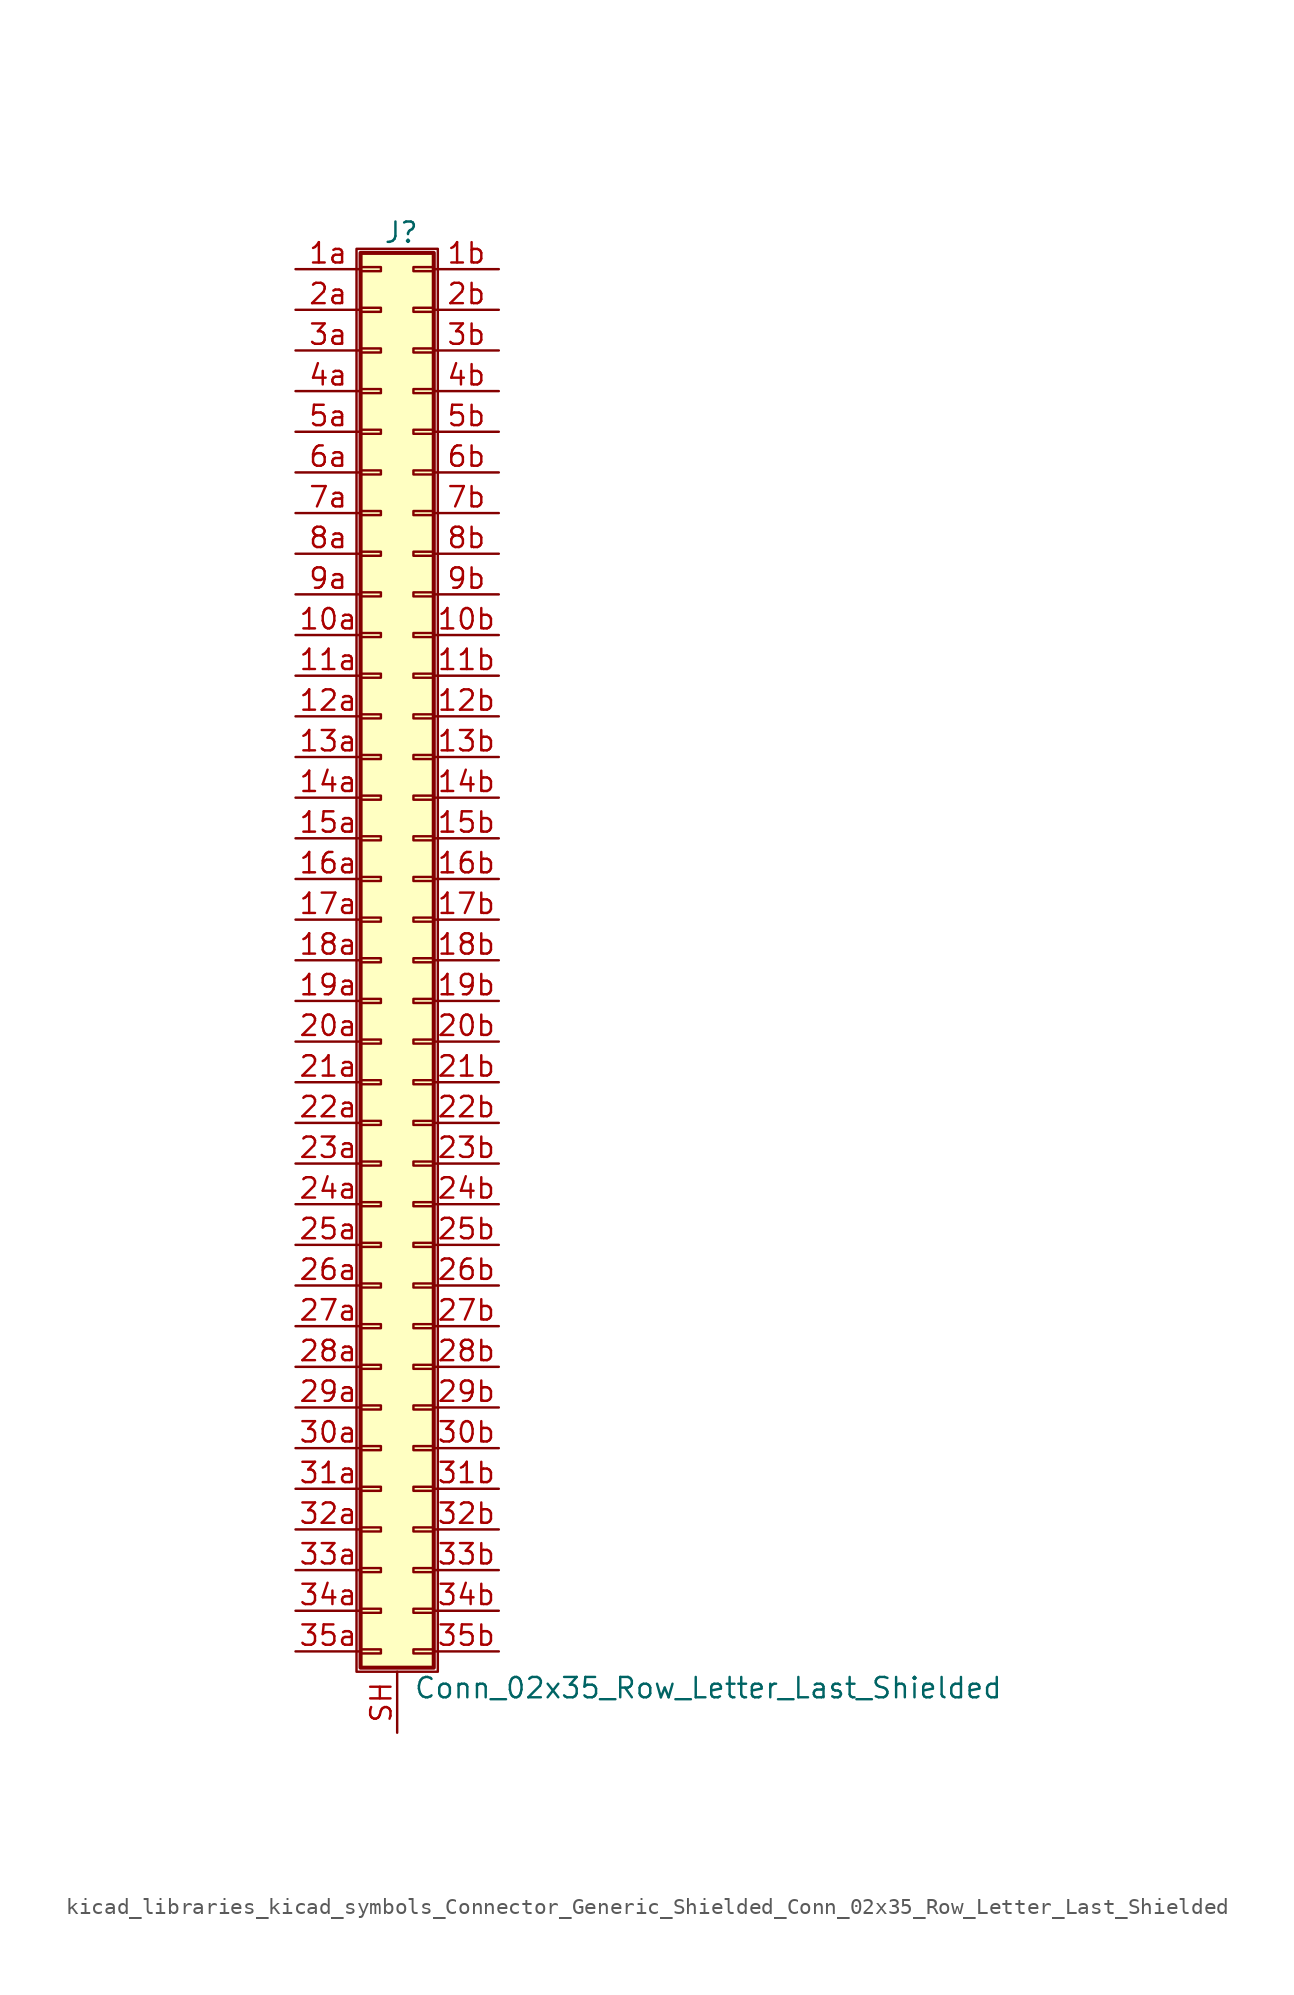
<source format=kicad_sym>
(kicad_symbol_lib
  (version 20220914)
  (generator kicad_symbol_editor)
  (symbol "kicad_libraries_kicad_symbols_Connector_Generic_Shielded_Conn_02x35_Row_Letter_Last_Shielded"
    (pin_names
      (offset 1.016) hide)
    (property "Reference" "J"
      (at 1.524 45.466 0)
      (effects (font (size 1.27 1.27))))
    (property "Value" "Conn_02x35_Row_Letter_Last_Shielded"
      (at 2.286 -45.466 0)
      (effects (font (size 1.27 1.27)) (justify left)))
    (symbol "kicad_libraries_kicad_symbols_Connector_Generic_Shielded_Conn_02x35_Row_Letter_Last_Shielded_1_1"
      (rectangle (start -1.27 44.45) (end 3.81 -44.45) (stroke (width 0.152) (type default)) (fill (type none)))
      (rectangle (start -1.016 -43.053) (end 0.254 -43.307) (stroke (width 0.152) (type default)) (fill (type none)))
      (rectangle (start -1.016 -40.513) (end 0.254 -40.767) (stroke (width 0.152) (type default)) (fill (type none)))
      (rectangle (start -1.016 -37.973) (end 0.254 -38.227) (stroke (width 0.152) (type default)) (fill (type none)))
      (rectangle (start -1.016 -35.433) (end 0.254 -35.687) (stroke (width 0.152) (type default)) (fill (type none)))
      (rectangle (start -1.016 -32.893) (end 0.254 -33.147) (stroke (width 0.152) (type default)) (fill (type none)))
      (rectangle (start -1.016 -30.353) (end 0.254 -30.607) (stroke (width 0.152) (type default)) (fill (type none)))
      (rectangle (start -1.016 -27.813) (end 0.254 -28.067) (stroke (width 0.152) (type default)) (fill (type none)))
      (rectangle (start -1.016 -25.273) (end 0.254 -25.527) (stroke (width 0.152) (type default)) (fill (type none)))
      (rectangle (start -1.016 -22.733) (end 0.254 -22.987) (stroke (width 0.152) (type default)) (fill (type none)))
      (rectangle (start -1.016 -20.193) (end 0.254 -20.447) (stroke (width 0.152) (type default)) (fill (type none)))
      (rectangle (start -1.016 -17.653) (end 0.254 -17.907) (stroke (width 0.152) (type default)) (fill (type none)))
      (rectangle (start -1.016 -15.113) (end 0.254 -15.367) (stroke (width 0.152) (type default)) (fill (type none)))
      (rectangle (start -1.016 -12.573) (end 0.254 -12.827) (stroke (width 0.152) (type default)) (fill (type none)))
      (rectangle (start -1.016 -10.033) (end 0.254 -10.287) (stroke (width 0.152) (type default)) (fill (type none)))
      (rectangle (start -1.016 -7.493) (end 0.254 -7.747) (stroke (width 0.152) (type default)) (fill (type none)))
      (rectangle (start -1.016 -4.953) (end 0.254 -5.207) (stroke (width 0.152) (type default)) (fill (type none)))
      (rectangle (start -1.016 -2.413) (end 0.254 -2.667) (stroke (width 0.152) (type default)) (fill (type none)))
      (rectangle (start -1.016 0.127) (end 0.254 -0.127) (stroke (width 0.152) (type default)) (fill (type none)))
      (rectangle (start -1.016 2.667) (end 0.254 2.413) (stroke (width 0.152) (type default)) (fill (type none)))
      (rectangle (start -1.016 5.207) (end 0.254 4.953) (stroke (width 0.152) (type default)) (fill (type none)))
      (rectangle (start -1.016 7.747) (end 0.254 7.493) (stroke (width 0.152) (type default)) (fill (type none)))
      (rectangle (start -1.016 10.287) (end 0.254 10.033) (stroke (width 0.152) (type default)) (fill (type none)))
      (rectangle (start -1.016 12.827) (end 0.254 12.573) (stroke (width 0.152) (type default)) (fill (type none)))
      (rectangle (start -1.016 15.367) (end 0.254 15.113) (stroke (width 0.152) (type default)) (fill (type none)))
      (rectangle (start -1.016 17.907) (end 0.254 17.653) (stroke (width 0.152) (type default)) (fill (type none)))
      (rectangle (start -1.016 20.447) (end 0.254 20.193) (stroke (width 0.152) (type default)) (fill (type none)))
      (rectangle (start -1.016 22.987) (end 0.254 22.733) (stroke (width 0.152) (type default)) (fill (type none)))
      (rectangle (start -1.016 25.527) (end 0.254 25.273) (stroke (width 0.152) (type default)) (fill (type none)))
      (rectangle (start -1.016 28.067) (end 0.254 27.813) (stroke (width 0.152) (type default)) (fill (type none)))
      (rectangle (start -1.016 30.607) (end 0.254 30.353) (stroke (width 0.152) (type default)) (fill (type none)))
      (rectangle (start -1.016 33.147) (end 0.254 32.893) (stroke (width 0.152) (type default)) (fill (type none)))
      (rectangle (start -1.016 35.687) (end 0.254 35.433) (stroke (width 0.152) (type default)) (fill (type none)))
      (rectangle (start -1.016 38.227) (end 0.254 37.973) (stroke (width 0.152) (type default)) (fill (type none)))
      (rectangle (start -1.016 40.767) (end 0.254 40.513) (stroke (width 0.152) (type default)) (fill (type none)))
      (rectangle (start -1.016 43.307) (end 0.254 43.053) (stroke (width 0.152) (type default)) (fill (type none)))
      (rectangle (start -1.016 44.196) (end 3.556 -44.196) (stroke (width 0.254) (type default)) (fill (type background)))
      (rectangle (start 3.556 -43.053) (end 2.286 -43.307) (stroke (width 0.152) (type default)) (fill (type none)))
      (rectangle (start 3.556 -40.513) (end 2.286 -40.767) (stroke (width 0.152) (type default)) (fill (type none)))
      (rectangle (start 3.556 -37.973) (end 2.286 -38.227) (stroke (width 0.152) (type default)) (fill (type none)))
      (rectangle (start 3.556 -35.433) (end 2.286 -35.687) (stroke (width 0.152) (type default)) (fill (type none)))
      (rectangle (start 3.556 -32.893) (end 2.286 -33.147) (stroke (width 0.152) (type default)) (fill (type none)))
      (rectangle (start 3.556 -30.353) (end 2.286 -30.607) (stroke (width 0.152) (type default)) (fill (type none)))
      (rectangle (start 3.556 -27.813) (end 2.286 -28.067) (stroke (width 0.152) (type default)) (fill (type none)))
      (rectangle (start 3.556 -25.273) (end 2.286 -25.527) (stroke (width 0.152) (type default)) (fill (type none)))
      (rectangle (start 3.556 -22.733) (end 2.286 -22.987) (stroke (width 0.152) (type default)) (fill (type none)))
      (rectangle (start 3.556 -20.193) (end 2.286 -20.447) (stroke (width 0.152) (type default)) (fill (type none)))
      (rectangle (start 3.556 -17.653) (end 2.286 -17.907) (stroke (width 0.152) (type default)) (fill (type none)))
      (rectangle (start 3.556 -15.113) (end 2.286 -15.367) (stroke (width 0.152) (type default)) (fill (type none)))
      (rectangle (start 3.556 -12.573) (end 2.286 -12.827) (stroke (width 0.152) (type default)) (fill (type none)))
      (rectangle (start 3.556 -10.033) (end 2.286 -10.287) (stroke (width 0.152) (type default)) (fill (type none)))
      (rectangle (start 3.556 -7.493) (end 2.286 -7.747) (stroke (width 0.152) (type default)) (fill (type none)))
      (rectangle (start 3.556 -4.953) (end 2.286 -5.207) (stroke (width 0.152) (type default)) (fill (type none)))
      (rectangle (start 3.556 -2.413) (end 2.286 -2.667) (stroke (width 0.152) (type default)) (fill (type none)))
      (rectangle (start 3.556 0.127) (end 2.286 -0.127) (stroke (width 0.152) (type default)) (fill (type none)))
      (rectangle (start 3.556 2.667) (end 2.286 2.413) (stroke (width 0.152) (type default)) (fill (type none)))
      (rectangle (start 3.556 5.207) (end 2.286 4.953) (stroke (width 0.152) (type default)) (fill (type none)))
      (rectangle (start 3.556 7.747) (end 2.286 7.493) (stroke (width 0.152) (type default)) (fill (type none)))
      (rectangle (start 3.556 10.287) (end 2.286 10.033) (stroke (width 0.152) (type default)) (fill (type none)))
      (rectangle (start 3.556 12.827) (end 2.286 12.573) (stroke (width 0.152) (type default)) (fill (type none)))
      (rectangle (start 3.556 15.367) (end 2.286 15.113) (stroke (width 0.152) (type default)) (fill (type none)))
      (rectangle (start 3.556 17.907) (end 2.286 17.653) (stroke (width 0.152) (type default)) (fill (type none)))
      (rectangle (start 3.556 20.447) (end 2.286 20.193) (stroke (width 0.152) (type default)) (fill (type none)))
      (rectangle (start 3.556 22.987) (end 2.286 22.733) (stroke (width 0.152) (type default)) (fill (type none)))
      (rectangle (start 3.556 25.527) (end 2.286 25.273) (stroke (width 0.152) (type default)) (fill (type none)))
      (rectangle (start 3.556 28.067) (end 2.286 27.813) (stroke (width 0.152) (type default)) (fill (type none)))
      (rectangle (start 3.556 30.607) (end 2.286 30.353) (stroke (width 0.152) (type default)) (fill (type none)))
      (rectangle (start 3.556 33.147) (end 2.286 32.893) (stroke (width 0.152) (type default)) (fill (type none)))
      (rectangle (start 3.556 35.687) (end 2.286 35.433) (stroke (width 0.152) (type default)) (fill (type none)))
      (rectangle (start 3.556 38.227) (end 2.286 37.973) (stroke (width 0.152) (type default)) (fill (type none)))
      (rectangle (start 3.556 40.767) (end 2.286 40.513) (stroke (width 0.152) (type default)) (fill (type none)))
      (rectangle (start 3.556 43.307) (end 2.286 43.053) (stroke (width 0.152) (type default)) (fill (type none)))
      (pin passive line (at -5.08 20.32 0) (length 4.064) (name "Pin_10a" (effects (font (size 1.27 1.27)))) (number "10a" (effects (font (size 1.27 1.27)))))
      (pin passive line (at 7.62 20.32 180) (length 4.064) (name "Pin_10b" (effects (font (size 1.27 1.27)))) (number "10b" (effects (font (size 1.27 1.27)))))
      (pin passive line (at -5.08 17.78 0) (length 4.064) (name "Pin_11a" (effects (font (size 1.27 1.27)))) (number "11a" (effects (font (size 1.27 1.27)))))
      (pin passive line (at 7.62 17.78 180) (length 4.064) (name "Pin_11b" (effects (font (size 1.27 1.27)))) (number "11b" (effects (font (size 1.27 1.27)))))
      (pin passive line (at -5.08 15.24 0) (length 4.064) (name "Pin_12a" (effects (font (size 1.27 1.27)))) (number "12a" (effects (font (size 1.27 1.27)))))
      (pin passive line (at 7.62 15.24 180) (length 4.064) (name "Pin_12b" (effects (font (size 1.27 1.27)))) (number "12b" (effects (font (size 1.27 1.27)))))
      (pin passive line (at -5.08 12.7 0) (length 4.064) (name "Pin_13a" (effects (font (size 1.27 1.27)))) (number "13a" (effects (font (size 1.27 1.27)))))
      (pin passive line (at 7.62 12.7 180) (length 4.064) (name "Pin_13b" (effects (font (size 1.27 1.27)))) (number "13b" (effects (font (size 1.27 1.27)))))
      (pin passive line (at -5.08 10.16 0) (length 4.064) (name "Pin_14a" (effects (font (size 1.27 1.27)))) (number "14a" (effects (font (size 1.27 1.27)))))
      (pin passive line (at 7.62 10.16 180) (length 4.064) (name "Pin_14b" (effects (font (size 1.27 1.27)))) (number "14b" (effects (font (size 1.27 1.27)))))
      (pin passive line (at -5.08 7.62 0) (length 4.064) (name "Pin_15a" (effects (font (size 1.27 1.27)))) (number "15a" (effects (font (size 1.27 1.27)))))
      (pin passive line (at 7.62 7.62 180) (length 4.064) (name "Pin_15b" (effects (font (size 1.27 1.27)))) (number "15b" (effects (font (size 1.27 1.27)))))
      (pin passive line (at -5.08 5.08 0) (length 4.064) (name "Pin_16a" (effects (font (size 1.27 1.27)))) (number "16a" (effects (font (size 1.27 1.27)))))
      (pin passive line (at 7.62 5.08 180) (length 4.064) (name "Pin_16b" (effects (font (size 1.27 1.27)))) (number "16b" (effects (font (size 1.27 1.27)))))
      (pin passive line (at -5.08 2.54 0) (length 4.064) (name "Pin_17a" (effects (font (size 1.27 1.27)))) (number "17a" (effects (font (size 1.27 1.27)))))
      (pin passive line (at 7.62 2.54 180) (length 4.064) (name "Pin_17b" (effects (font (size 1.27 1.27)))) (number "17b" (effects (font (size 1.27 1.27)))))
      (pin passive line (at -5.08 0 0) (length 4.064) (name "Pin_18a" (effects (font (size 1.27 1.27)))) (number "18a" (effects (font (size 1.27 1.27)))))
      (pin passive line (at 7.62 0 180) (length 4.064) (name "Pin_18b" (effects (font (size 1.27 1.27)))) (number "18b" (effects (font (size 1.27 1.27)))))
      (pin passive line (at -5.08 -2.54 0) (length 4.064) (name "Pin_19a" (effects (font (size 1.27 1.27)))) (number "19a" (effects (font (size 1.27 1.27)))))
      (pin passive line (at 7.62 -2.54 180) (length 4.064) (name "Pin_19b" (effects (font (size 1.27 1.27)))) (number "19b" (effects (font (size 1.27 1.27)))))
      (pin passive line (at -5.08 43.18 0) (length 4.064) (name "Pin_1a" (effects (font (size 1.27 1.27)))) (number "1a" (effects (font (size 1.27 1.27)))))
      (pin passive line (at 7.62 43.18 180) (length 4.064) (name "Pin_1b" (effects (font (size 1.27 1.27)))) (number "1b" (effects (font (size 1.27 1.27)))))
      (pin passive line (at -5.08 -5.08 0) (length 4.064) (name "Pin_20a" (effects (font (size 1.27 1.27)))) (number "20a" (effects (font (size 1.27 1.27)))))
      (pin passive line (at 7.62 -5.08 180) (length 4.064) (name "Pin_20b" (effects (font (size 1.27 1.27)))) (number "20b" (effects (font (size 1.27 1.27)))))
      (pin passive line (at -5.08 -7.62 0) (length 4.064) (name "Pin_21a" (effects (font (size 1.27 1.27)))) (number "21a" (effects (font (size 1.27 1.27)))))
      (pin passive line (at 7.62 -7.62 180) (length 4.064) (name "Pin_21b" (effects (font (size 1.27 1.27)))) (number "21b" (effects (font (size 1.27 1.27)))))
      (pin passive line (at -5.08 -10.16 0) (length 4.064) (name "Pin_22a" (effects (font (size 1.27 1.27)))) (number "22a" (effects (font (size 1.27 1.27)))))
      (pin passive line (at 7.62 -10.16 180) (length 4.064) (name "Pin_22b" (effects (font (size 1.27 1.27)))) (number "22b" (effects (font (size 1.27 1.27)))))
      (pin passive line (at -5.08 -12.7 0) (length 4.064) (name "Pin_23a" (effects (font (size 1.27 1.27)))) (number "23a" (effects (font (size 1.27 1.27)))))
      (pin passive line (at 7.62 -12.7 180) (length 4.064) (name "Pin_23b" (effects (font (size 1.27 1.27)))) (number "23b" (effects (font (size 1.27 1.27)))))
      (pin passive line (at -5.08 -15.24 0) (length 4.064) (name "Pin_24a" (effects (font (size 1.27 1.27)))) (number "24a" (effects (font (size 1.27 1.27)))))
      (pin passive line (at 7.62 -15.24 180) (length 4.064) (name "Pin_24b" (effects (font (size 1.27 1.27)))) (number "24b" (effects (font (size 1.27 1.27)))))
      (pin passive line (at -5.08 -17.78 0) (length 4.064) (name "Pin_25a" (effects (font (size 1.27 1.27)))) (number "25a" (effects (font (size 1.27 1.27)))))
      (pin passive line (at 7.62 -17.78 180) (length 4.064) (name "Pin_25b" (effects (font (size 1.27 1.27)))) (number "25b" (effects (font (size 1.27 1.27)))))
      (pin passive line (at -5.08 -20.32 0) (length 4.064) (name "Pin_26a" (effects (font (size 1.27 1.27)))) (number "26a" (effects (font (size 1.27 1.27)))))
      (pin passive line (at 7.62 -20.32 180) (length 4.064) (name "Pin_26b" (effects (font (size 1.27 1.27)))) (number "26b" (effects (font (size 1.27 1.27)))))
      (pin passive line (at -5.08 -22.86 0) (length 4.064) (name "Pin_27a" (effects (font (size 1.27 1.27)))) (number "27a" (effects (font (size 1.27 1.27)))))
      (pin passive line (at 7.62 -22.86 180) (length 4.064) (name "Pin_27b" (effects (font (size 1.27 1.27)))) (number "27b" (effects (font (size 1.27 1.27)))))
      (pin passive line (at -5.08 -25.4 0) (length 4.064) (name "Pin_28a" (effects (font (size 1.27 1.27)))) (number "28a" (effects (font (size 1.27 1.27)))))
      (pin passive line (at 7.62 -25.4 180) (length 4.064) (name "Pin_28b" (effects (font (size 1.27 1.27)))) (number "28b" (effects (font (size 1.27 1.27)))))
      (pin passive line (at -5.08 -27.94 0) (length 4.064) (name "Pin_29a" (effects (font (size 1.27 1.27)))) (number "29a" (effects (font (size 1.27 1.27)))))
      (pin passive line (at 7.62 -27.94 180) (length 4.064) (name "Pin_29b" (effects (font (size 1.27 1.27)))) (number "29b" (effects (font (size 1.27 1.27)))))
      (pin passive line (at -5.08 40.64 0) (length 4.064) (name "Pin_2a" (effects (font (size 1.27 1.27)))) (number "2a" (effects (font (size 1.27 1.27)))))
      (pin passive line (at 7.62 40.64 180) (length 4.064) (name "Pin_2b" (effects (font (size 1.27 1.27)))) (number "2b" (effects (font (size 1.27 1.27)))))
      (pin passive line (at -5.08 -30.48 0) (length 4.064) (name "Pin_30a" (effects (font (size 1.27 1.27)))) (number "30a" (effects (font (size 1.27 1.27)))))
      (pin passive line (at 7.62 -30.48 180) (length 4.064) (name "Pin_30b" (effects (font (size 1.27 1.27)))) (number "30b" (effects (font (size 1.27 1.27)))))
      (pin passive line (at -5.08 -33.02 0) (length 4.064) (name "Pin_31a" (effects (font (size 1.27 1.27)))) (number "31a" (effects (font (size 1.27 1.27)))))
      (pin passive line (at 7.62 -33.02 180) (length 4.064) (name "Pin_31b" (effects (font (size 1.27 1.27)))) (number "31b" (effects (font (size 1.27 1.27)))))
      (pin passive line (at -5.08 -35.56 0) (length 4.064) (name "Pin_32a" (effects (font (size 1.27 1.27)))) (number "32a" (effects (font (size 1.27 1.27)))))
      (pin passive line (at 7.62 -35.56 180) (length 4.064) (name "Pin_32b" (effects (font (size 1.27 1.27)))) (number "32b" (effects (font (size 1.27 1.27)))))
      (pin passive line (at -5.08 -38.1 0) (length 4.064) (name "Pin_33a" (effects (font (size 1.27 1.27)))) (number "33a" (effects (font (size 1.27 1.27)))))
      (pin passive line (at 7.62 -38.1 180) (length 4.064) (name "Pin_33b" (effects (font (size 1.27 1.27)))) (number "33b" (effects (font (size 1.27 1.27)))))
      (pin passive line (at -5.08 -40.64 0) (length 4.064) (name "Pin_34a" (effects (font (size 1.27 1.27)))) (number "34a" (effects (font (size 1.27 1.27)))))
      (pin passive line (at 7.62 -40.64 180) (length 4.064) (name "Pin_34b" (effects (font (size 1.27 1.27)))) (number "34b" (effects (font (size 1.27 1.27)))))
      (pin passive line (at -5.08 -43.18 0) (length 4.064) (name "Pin_35a" (effects (font (size 1.27 1.27)))) (number "35a" (effects (font (size 1.27 1.27)))))
      (pin passive line (at 7.62 -43.18 180) (length 4.064) (name "Pin_35b" (effects (font (size 1.27 1.27)))) (number "35b" (effects (font (size 1.27 1.27)))))
      (pin passive line (at -5.08 38.1 0) (length 4.064) (name "Pin_3a" (effects (font (size 1.27 1.27)))) (number "3a" (effects (font (size 1.27 1.27)))))
      (pin passive line (at 7.62 38.1 180) (length 4.064) (name "Pin_3b" (effects (font (size 1.27 1.27)))) (number "3b" (effects (font (size 1.27 1.27)))))
      (pin passive line (at -5.08 35.56 0) (length 4.064) (name "Pin_4a" (effects (font (size 1.27 1.27)))) (number "4a" (effects (font (size 1.27 1.27)))))
      (pin passive line (at 7.62 35.56 180) (length 4.064) (name "Pin_4b" (effects (font (size 1.27 1.27)))) (number "4b" (effects (font (size 1.27 1.27)))))
      (pin passive line (at -5.08 33.02 0) (length 4.064) (name "Pin_5a" (effects (font (size 1.27 1.27)))) (number "5a" (effects (font (size 1.27 1.27)))))
      (pin passive line (at 7.62 33.02 180) (length 4.064) (name "Pin_5b" (effects (font (size 1.27 1.27)))) (number "5b" (effects (font (size 1.27 1.27)))))
      (pin passive line (at -5.08 30.48 0) (length 4.064) (name "Pin_6a" (effects (font (size 1.27 1.27)))) (number "6a" (effects (font (size 1.27 1.27)))))
      (pin passive line (at 7.62 30.48 180) (length 4.064) (name "Pin_6b" (effects (font (size 1.27 1.27)))) (number "6b" (effects (font (size 1.27 1.27)))))
      (pin passive line (at -5.08 27.94 0) (length 4.064) (name "Pin_7a" (effects (font (size 1.27 1.27)))) (number "7a" (effects (font (size 1.27 1.27)))))
      (pin passive line (at 7.62 27.94 180) (length 4.064) (name "Pin_7b" (effects (font (size 1.27 1.27)))) (number "7b" (effects (font (size 1.27 1.27)))))
      (pin passive line (at -5.08 25.4 0) (length 4.064) (name "Pin_8a" (effects (font (size 1.27 1.27)))) (number "8a" (effects (font (size 1.27 1.27)))))
      (pin passive line (at 7.62 25.4 180) (length 4.064) (name "Pin_8b" (effects (font (size 1.27 1.27)))) (number "8b" (effects (font (size 1.27 1.27)))))
      (pin passive line (at -5.08 22.86 0) (length 4.064) (name "Pin_9a" (effects (font (size 1.27 1.27)))) (number "9a" (effects (font (size 1.27 1.27)))))
      (pin passive line (at 7.62 22.86 180) (length 4.064) (name "Pin_9b" (effects (font (size 1.27 1.27)))) (number "9b" (effects (font (size 1.27 1.27)))))
      (pin passive line (at 1.27 -48.26 90) (length 3.81) (name "Shield" (effects (font (size 1.27 1.27)))) (number "SH" (effects (font (size 1.27 1.27))))))))
</source>
